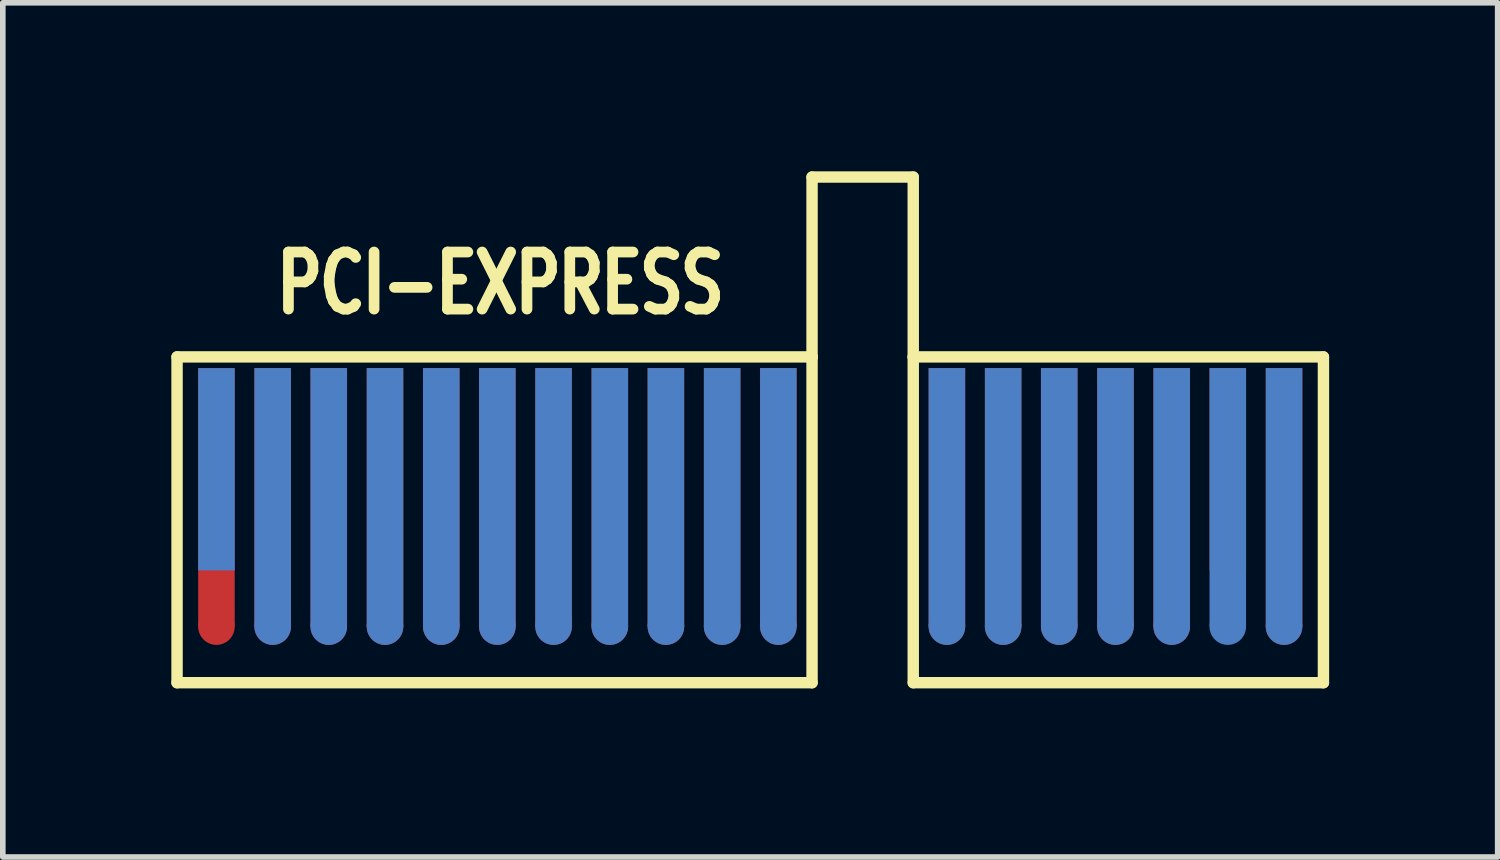
<source format=kicad_pcb>
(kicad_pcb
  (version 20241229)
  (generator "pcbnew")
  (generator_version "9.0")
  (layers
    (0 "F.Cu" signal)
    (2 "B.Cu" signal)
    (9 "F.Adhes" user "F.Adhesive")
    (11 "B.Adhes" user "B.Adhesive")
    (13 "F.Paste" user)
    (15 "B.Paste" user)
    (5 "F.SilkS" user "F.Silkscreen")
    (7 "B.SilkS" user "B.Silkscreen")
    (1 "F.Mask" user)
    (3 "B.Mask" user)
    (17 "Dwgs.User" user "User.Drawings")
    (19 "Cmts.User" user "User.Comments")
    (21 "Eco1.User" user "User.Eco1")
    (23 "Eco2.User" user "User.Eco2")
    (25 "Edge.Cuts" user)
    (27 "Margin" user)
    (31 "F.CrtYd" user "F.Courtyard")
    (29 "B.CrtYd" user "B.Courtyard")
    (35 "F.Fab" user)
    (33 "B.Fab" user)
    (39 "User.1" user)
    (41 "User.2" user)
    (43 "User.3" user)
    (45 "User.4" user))
  (footprint "PCI-EXPRESS"
    (layer "F.Cu")
    (at 10.302 5.801)
    (property "Reference" "PCI-EXPRESS" (at -4.445 -3.81 0) (layer "F.SilkS") (effects (font (size 1.016 0.762) (thickness 0.191))))
    (attr through_hole)
    (fp_line (start -10.201 -2.499) (end 1.1 -2.499) (stroke (width 0.203) (type solid)) (layer "F.SilkS"))
    (fp_line (start -10.201 3.299) (end -10.201 -2.499) (stroke (width 0.203) (type solid)) (layer "F.SilkS"))
    (fp_line (start 1.1 -5.7) (end 2.901 -5.7) (stroke (width 0.203) (type solid)) (layer "F.SilkS"))
    (fp_line (start 1.1 -2.499) (end 1.1 -5.7) (stroke (width 0.203) (type solid)) (layer "F.SilkS"))
    (fp_line (start 1.1 -2.499) (end 1.1 3.299) (stroke (width 0.203) (type solid)) (layer "F.SilkS"))
    (fp_line (start 1.1 3.299) (end -10.201 3.299) (stroke (width 0.203) (type solid)) (layer "F.SilkS"))
    (fp_line (start 2.901 -5.7) (end 2.901 -2.499) (stroke (width 0.203) (type solid)) (layer "F.SilkS"))
    (fp_line (start 2.901 -2.499) (end 2.901 3.299) (stroke (width 0.203) (type solid)) (layer "F.SilkS"))
    (fp_line (start 2.901 3.299) (end 10.201 3.299) (stroke (width 0.203) (type solid)) (layer "F.SilkS"))
    (fp_line (start 10.201 -2.499) (end 2.901 -2.499) (stroke (width 0.203) (type solid)) (layer "F.SilkS"))
    (fp_line (start 10.201 -2.499) (end 10.201 3.299) (stroke (width 0.203) (type solid)) (layer "F.SilkS"))
    (pad "" connect circle (at -9.5 2.301) (size 0.65 0.65) (layers "F.Cu" "F.Mask"))
    (pad "" connect circle (at -8.499 2.301) (size 0.65 0.65) (layers "F.Cu" "F.Mask"))
    (pad "" connect oval (at -8.499 2.301 90) (size 0.65 0.65) (layers "B.Cu" "B.Mask"))
    (pad "" connect circle (at -7.501 2.301) (size 0.65 0.65) (layers "F.Cu" "F.Mask"))
    (pad "" connect oval (at -7.501 2.301 90) (size 0.65 0.65) (layers "B.Cu" "B.Mask"))
    (pad "" connect circle (at -6.5 2.301) (size 0.65 0.65) (layers "F.Cu" "F.Mask"))
    (pad "" connect oval (at -6.5 2.301 90) (size 0.65 0.65) (layers "B.Cu" "B.Mask"))
    (pad "" connect circle (at -5.499 2.301) (size 0.65 0.65) (layers "F.Cu" "F.Mask"))
    (pad "" connect oval (at -5.499 2.301 90) (size 0.65 0.65) (layers "B.Cu" "B.Mask"))
    (pad "" connect circle (at -4.501 2.301) (size 0.65 0.65) (layers "F.Cu" "F.Mask"))
    (pad "" connect oval (at -4.501 2.301 90) (size 0.65 0.65) (layers "B.Cu" "B.Mask"))
    (pad "" connect circle (at -3.5 2.301) (size 0.65 0.65) (layers "F.Cu" "F.Mask"))
    (pad "" connect oval (at -3.5 2.301 90) (size 0.65 0.65) (layers "B.Cu" "B.Mask"))
    (pad "" connect circle (at -2.499 2.301) (size 0.65 0.65) (layers "F.Cu" "F.Mask"))
    (pad "" connect oval (at -2.499 2.301 90) (size 0.65 0.65) (layers "B.Cu" "B.Mask"))
    (pad "" connect circle (at -1.501 2.301) (size 0.65 0.65) (layers "F.Cu" "F.Mask"))
    (pad "" connect oval (at -1.501 2.301 90) (size 0.65 0.65) (layers "B.Cu" "B.Mask"))
    (pad "" connect circle (at -0.5 2.301) (size 0.65 0.65) (layers "F.Cu" "F.Mask"))
    (pad "" connect oval (at -0.5 2.301 90) (size 0.65 0.65) (layers "B.Cu" "B.Mask"))
    (pad "" connect circle (at 0.5 2.301) (size 0.65 0.65) (layers "F.Cu" "F.Mask"))
    (pad "" connect oval (at 0.5 2.301 90) (size 0.65 0.65) (layers "B.Cu" "B.Mask"))
    (pad "" connect circle (at 3.5 2.301) (size 0.65 0.65) (layers "F.Cu" "F.Mask"))
    (pad "" connect oval (at 3.5 2.301 90) (size 0.65 0.65) (layers "B.Cu" "B.Mask"))
    (pad "" connect circle (at 4.501 2.301) (size 0.65 0.65) (layers "F.Cu" "F.Mask"))
    (pad "" connect oval (at 4.501 2.301 90) (size 0.65 0.65) (layers "B.Cu" "B.Mask"))
    (pad "" connect circle (at 5.499 2.301) (size 0.65 0.65) (layers "F.Cu" "F.Mask"))
    (pad "" connect oval (at 5.499 2.301 90) (size 0.65 0.65) (layers "B.Cu" "B.Mask"))
    (pad "" connect circle (at 6.5 2.301) (size 0.65 0.65) (layers "F.Cu" "F.Mask"))
    (pad "" connect oval (at 6.5 2.301 90) (size 0.65 0.65) (layers "B.Cu" "B.Mask"))
    (pad "" connect circle (at 7.501 2.301) (size 0.65 0.65) (layers "F.Cu" "F.Mask"))
    (pad "" connect oval (at 7.501 2.301 90) (size 0.65 0.65) (layers "B.Cu" "B.Mask"))
    (pad "" connect oval (at 8.499 2.301 90) (size 0.65 0.65) (layers "B.Cu" "B.Mask"))
    (pad "" connect circle (at 9.5 2.301) (size 0.65 0.65) (layers "F.Cu" "F.Mask"))
    (pad "" connect oval (at 9.5 2.301 90) (size 0.65 0.65) (layers "B.Cu" "B.Mask"))
    (pad "A1" connect rect (at -9.5 -0.5) (size 0.65 3.599) (layers "B.Cu" "B.Mask"))
    (pad "A2" connect rect (at -8.499 0) (size 0.65 4.6) (layers "B.Cu" "B.Mask"))
    (pad "A3" connect rect (at -7.501 0) (size 0.65 4.6) (layers "B.Cu" "B.Mask"))
    (pad "A4" connect rect (at -6.5 0) (size 0.65 4.6) (layers "B.Cu" "B.Mask"))
    (pad "A5" connect rect (at -5.499 0) (size 0.65 4.6) (layers "B.Cu" "B.Mask"))
    (pad "A6" connect rect (at -4.501 0) (size 0.65 4.6) (layers "B.Cu" "B.Mask"))
    (pad "A7" connect rect (at -3.5 0) (size 0.65 4.6) (layers "B.Cu" "B.Mask"))
    (pad "A8" connect rect (at -2.499 0) (size 0.65 4.6) (layers "B.Cu" "B.Mask"))
    (pad "A9" connect rect (at -1.501 0) (size 0.65 4.6) (layers "B.Cu" "B.Mask"))
    (pad "A10" connect rect (at -0.5 0) (size 0.65 4.6) (layers "B.Cu" "B.Mask"))
    (pad "A11" connect rect (at 0.5 0) (size 0.65 4.6) (layers "B.Cu" "B.Mask"))
    (pad "A12" connect rect (at 3.5 0) (size 0.65 4.6) (layers "B.Cu" "B.Mask"))
    (pad "A13" connect rect (at 4.501 0) (size 0.65 4.6) (layers "B.Cu" "B.Mask"))
    (pad "A14" connect rect (at 5.499 0) (size 0.65 4.6) (layers "B.Cu" "B.Mask"))
    (pad "A15" connect rect (at 6.5 0) (size 0.65 4.6) (layers "B.Cu" "B.Mask"))
    (pad "A16" connect rect (at 7.501 0) (size 0.65 4.6) (layers "B.Cu" "B.Mask"))
    (pad "A17" connect rect (at 8.499 0) (size 0.65 4.6) (layers "B.Cu" "B.Mask"))
    (pad "A18" connect rect (at 9.5 0) (size 0.65 4.6) (layers "B.Cu" "B.Mask"))
    (pad "B1" connect rect (at -9.5 0) (size 0.65 4.6) (layers "F.Cu" "B.Mask"))
    (pad "B2" connect rect (at -8.499 0) (size 0.65 4.6) (layers "F.Cu" "B.Mask"))
    (pad "B3" connect rect (at -7.501 0) (size 0.65 4.6) (layers "F.Cu" "B.Mask"))
    (pad "B4" connect rect (at -6.5 0) (size 0.65 4.6) (layers "F.Cu" "B.Mask"))
    (pad "B5" connect rect (at -5.499 0) (size 0.65 4.6) (layers "F.Cu" "B.Mask"))
    (pad "B6" connect rect (at -4.501 0) (size 0.65 4.6) (layers "F.Cu" "B.Mask"))
    (pad "B7" connect rect (at -3.5 0) (size 0.65 4.6) (layers "F.Cu" "B.Mask"))
    (pad "B8" connect rect (at -2.499 0) (size 0.65 4.6) (layers "F.Cu" "B.Mask"))
    (pad "B9" connect rect (at -1.501 0) (size 0.65 4.6) (layers "F.Cu" "B.Mask"))
    (pad "B10" connect rect (at -0.5 0) (size 0.65 4.6) (layers "F.Cu" "B.Mask"))
    (pad "B11" connect rect (at 0.5 0) (size 0.65 4.6) (layers "F.Cu" "B.Mask"))
    (pad "B12" connect rect (at 3.5 0) (size 0.65 4.6) (layers "F.Cu" "B.Mask"))
    (pad "B13" connect rect (at 4.501 0) (size 0.65 4.6) (layers "F.Cu" "B.Mask"))
    (pad "B14" connect rect (at 5.499 0) (size 0.65 4.6) (layers "F.Cu" "B.Mask"))
    (pad "B15" connect rect (at 6.5 0) (size 0.65 4.6) (layers "F.Cu" "B.Mask"))
    (pad "B16" connect rect (at 7.501 0) (size 0.65 4.6) (layers "F.Cu" "B.Mask"))
    (pad "B17" connect rect (at 8.499 -0.5) (size 0.65 3.599) (layers "F.Cu" "B.Mask"))
    (pad "B18" connect rect (at 9.5 0) (size 0.65 4.6) (layers "F.Cu" "B.Mask")))
  (gr_rect
    (start -3 -3)
    (end 23.604 12.202)
    (stroke (width 0.1) (type default))
    (fill no)
    (layer "Edge.Cuts")))
</source>
